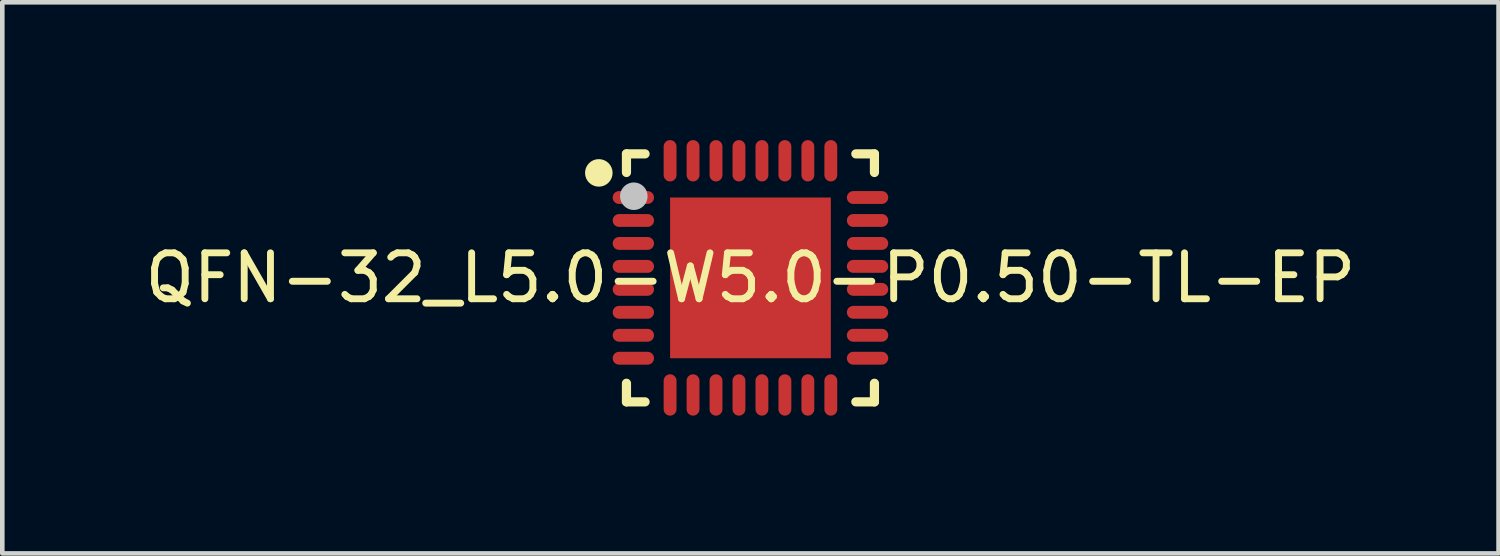
<source format=kicad_pcb>
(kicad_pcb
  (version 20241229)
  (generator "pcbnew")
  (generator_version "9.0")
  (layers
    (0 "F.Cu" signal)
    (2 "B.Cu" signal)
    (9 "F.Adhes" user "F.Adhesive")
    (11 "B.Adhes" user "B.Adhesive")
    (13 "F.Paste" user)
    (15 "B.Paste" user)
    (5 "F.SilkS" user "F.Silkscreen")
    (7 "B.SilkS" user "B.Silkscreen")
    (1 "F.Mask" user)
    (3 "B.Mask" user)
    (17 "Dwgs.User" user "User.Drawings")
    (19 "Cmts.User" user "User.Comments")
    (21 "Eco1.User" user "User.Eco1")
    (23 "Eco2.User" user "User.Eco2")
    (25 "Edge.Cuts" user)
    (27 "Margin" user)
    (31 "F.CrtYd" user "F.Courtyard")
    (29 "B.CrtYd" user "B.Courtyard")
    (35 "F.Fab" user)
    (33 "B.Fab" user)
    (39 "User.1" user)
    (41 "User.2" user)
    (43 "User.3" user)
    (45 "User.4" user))
  (footprint "QFN-32_L5.0-W5.0-P0.50-TL-EP"
    (layer "F.Cu")
    (at 13.292 3.001)
    (property "Reference" "QFN-32_L5.0-W5.0-P0.50-TL-EP" (at 0 0 0) (layer "F.SilkS") (effects (font (size 1 1) (thickness 0.15))))
    (fp_line (start -2.7 -2.7) (end -2.295 -2.7) (stroke (width 0.2) (type default)) (layer "F.SilkS"))
    (fp_line (start -2.7 -2.295) (end -2.7 -2.7) (stroke (width 0.2) (type default)) (layer "F.SilkS"))
    (fp_line (start -2.7 2.295) (end -2.7 2.7) (stroke (width 0.2) (type default)) (layer "F.SilkS"))
    (fp_line (start -2.7 2.7) (end -2.295 2.7) (stroke (width 0.2) (type default)) (layer "F.SilkS"))
    (fp_line (start 2.295 -2.7) (end 2.7 -2.7) (stroke (width 0.2) (type default)) (layer "F.SilkS"))
    (fp_line (start 2.295 2.7) (end 2.7 2.7) (stroke (width 0.2) (type default)) (layer "F.SilkS"))
    (fp_line (start 2.7 -2.7) (end 2.7 -2.295) (stroke (width 0.2) (type default)) (layer "F.SilkS"))
    (fp_line (start 2.7 2.7) (end 2.7 2.295) (stroke (width 0.2) (type default)) (layer "F.SilkS"))
    (fp_circle (center -3.302 -2.286) (end -3.152 -2.286) (stroke (width 0.3) (type default)) (fill no) (layer "F.SilkS"))
    (fp_poly (pts (xy -1.4 -1.4) (xy 1.4 -1.4) (xy 1.4 1.4) (xy -1.4 1.4)) (stroke (width 0) (type default)) (fill yes) (layer "F.Paste"))
    (fp_poly (pts (arc (start -2.86 -1.61) (mid -3 -1.75) (end -2.86 -1.89)) (arc (start -2.24 -1.89) (mid -2.1 -1.75) (end -2.24 -1.61))) (stroke (width 0) (type default)) (fill yes) (layer "F.Paste"))
    (fp_poly (pts (arc (start -2.86 -1.11) (mid -3 -1.25) (end -2.86 -1.39)) (arc (start -2.24 -1.39) (mid -2.1 -1.25) (end -2.24 -1.11))) (stroke (width 0) (type default)) (fill yes) (layer "F.Paste"))
    (fp_poly (pts (arc (start -2.86 -0.61) (mid -3 -0.75) (end -2.86 -0.89)) (arc (start -2.24 -0.89) (mid -2.1 -0.75) (end -2.24 -0.61))) (stroke (width 0) (type default)) (fill yes) (layer "F.Paste"))
    (fp_poly (pts (arc (start -2.86 -0.11) (mid -3 -0.25) (end -2.86 -0.39)) (arc (start -2.24 -0.39) (mid -2.1 -0.25) (end -2.24 -0.11))) (stroke (width 0) (type default)) (fill yes) (layer "F.Paste"))
    (fp_poly (pts (arc (start -2.86 0.39) (mid -3 0.25) (end -2.86 0.11)) (arc (start -2.24 0.11) (mid -2.1 0.25) (end -2.24 0.39))) (stroke (width 0) (type default)) (fill yes) (layer "F.Paste"))
    (fp_poly (pts (arc (start -2.86 0.89) (mid -3 0.75) (end -2.86 0.61)) (arc (start -2.24 0.61) (mid -2.1 0.75) (end -2.24 0.89))) (stroke (width 0) (type default)) (fill yes) (layer "F.Paste"))
    (fp_poly (pts (arc (start -2.86 1.39) (mid -3 1.25) (end -2.86 1.11)) (arc (start -2.24 1.11) (mid -2.1 1.25) (end -2.24 1.39))) (stroke (width 0) (type default)) (fill yes) (layer "F.Paste"))
    (fp_poly (pts (arc (start -2.86 1.89) (mid -3 1.75) (end -2.86 1.61)) (arc (start -2.24 1.61) (mid -2.1 1.75) (end -2.24 1.89))) (stroke (width 0) (type default)) (fill yes) (layer "F.Paste"))
    (fp_poly (pts (arc (start -1.89 -2.86) (mid -1.75 -3) (end -1.61 -2.86)) (arc (start -1.61 -2.24) (mid -1.75 -2.1) (end -1.89 -2.24))) (stroke (width 0) (type default)) (fill yes) (layer "F.Paste"))
    (fp_poly (pts (arc (start -1.89 2.24) (mid -1.75 2.1) (end -1.61 2.24)) (arc (start -1.61 2.86) (mid -1.75 3) (end -1.89 2.86))) (stroke (width 0) (type default)) (fill yes) (layer "F.Paste"))
    (fp_poly (pts (arc (start -1.39 -2.86) (mid -1.25 -3) (end -1.11 -2.86)) (arc (start -1.11 -2.24) (mid -1.25 -2.1) (end -1.39 -2.24))) (stroke (width 0) (type default)) (fill yes) (layer "F.Paste"))
    (fp_poly (pts (arc (start -1.39 2.24) (mid -1.25 2.1) (end -1.11 2.24)) (arc (start -1.11 2.86) (mid -1.25 3) (end -1.39 2.86))) (stroke (width 0) (type default)) (fill yes) (layer "F.Paste"))
    (fp_poly (pts (arc (start -0.89 -2.86) (mid -0.75 -3) (end -0.61 -2.86)) (arc (start -0.61 -2.24) (mid -0.75 -2.1) (end -0.89 -2.24))) (stroke (width 0) (type default)) (fill yes) (layer "F.Paste"))
    (fp_poly (pts (arc (start -0.89 2.24) (mid -0.75 2.1) (end -0.61 2.24)) (arc (start -0.61 2.86) (mid -0.75 3) (end -0.89 2.86))) (stroke (width 0) (type default)) (fill yes) (layer "F.Paste"))
    (fp_poly (pts (arc (start -0.39 -2.86) (mid -0.25 -3) (end -0.11 -2.86)) (arc (start -0.11 -2.24) (mid -0.25 -2.1) (end -0.39 -2.24))) (stroke (width 0) (type default)) (fill yes) (layer "F.Paste"))
    (fp_poly (pts (arc (start -0.39 2.24) (mid -0.25 2.1) (end -0.11 2.24)) (arc (start -0.11 2.86) (mid -0.25 3) (end -0.39 2.86))) (stroke (width 0) (type default)) (fill yes) (layer "F.Paste"))
    (fp_poly (pts (arc (start 0.11 -2.86) (mid 0.25 -3) (end 0.39 -2.86)) (arc (start 0.39 -2.24) (mid 0.25 -2.1) (end 0.11 -2.24))) (stroke (width 0) (type default)) (fill yes) (layer "F.Paste"))
    (fp_poly (pts (arc (start 0.11 2.24) (mid 0.25 2.1) (end 0.39 2.24)) (arc (start 0.39 2.86) (mid 0.25 3) (end 0.11 2.86))) (stroke (width 0) (type default)) (fill yes) (layer "F.Paste"))
    (fp_poly (pts (arc (start 0.61 -2.86) (mid 0.75 -3) (end 0.89 -2.86)) (arc (start 0.89 -2.24) (mid 0.75 -2.1) (end 0.61 -2.24))) (stroke (width 0) (type default)) (fill yes) (layer "F.Paste"))
    (fp_poly (pts (arc (start 0.61 2.24) (mid 0.75 2.1) (end 0.89 2.24)) (arc (start 0.89 2.86) (mid 0.75 3) (end 0.61 2.86))) (stroke (width 0) (type default)) (fill yes) (layer "F.Paste"))
    (fp_poly (pts (arc (start 1.11 -2.86) (mid 1.25 -3) (end 1.39 -2.86)) (arc (start 1.39 -2.24) (mid 1.25 -2.1) (end 1.11 -2.24))) (stroke (width 0) (type default)) (fill yes) (layer "F.Paste"))
    (fp_poly (pts (arc (start 1.11 2.24) (mid 1.25 2.1) (end 1.39 2.24)) (arc (start 1.39 2.86) (mid 1.25 3) (end 1.11 2.86))) (stroke (width 0) (type default)) (fill yes) (layer "F.Paste"))
    (fp_poly (pts (arc (start 1.61 -2.86) (mid 1.75 -3) (end 1.89 -2.86)) (arc (start 1.89 -2.24) (mid 1.75 -2.1) (end 1.61 -2.24))) (stroke (width 0) (type default)) (fill yes) (layer "F.Paste"))
    (fp_poly (pts (arc (start 1.61 2.24) (mid 1.75 2.1) (end 1.89 2.24)) (arc (start 1.89 2.86) (mid 1.75 3) (end 1.61 2.86))) (stroke (width 0) (type default)) (fill yes) (layer "F.Paste"))
    (fp_poly (pts (arc (start 2.24 -1.61) (mid 2.1 -1.75) (end 2.24 -1.89)) (arc (start 2.86 -1.89) (mid 3 -1.75) (end 2.86 -1.61))) (stroke (width 0) (type default)) (fill yes) (layer "F.Paste"))
    (fp_poly (pts (arc (start 2.24 -1.11) (mid 2.1 -1.25) (end 2.24 -1.39)) (arc (start 2.86 -1.39) (mid 3 -1.25) (end 2.86 -1.11))) (stroke (width 0) (type default)) (fill yes) (layer "F.Paste"))
    (fp_poly (pts (arc (start 2.24 -0.61) (mid 2.1 -0.75) (end 2.24 -0.89)) (arc (start 2.86 -0.89) (mid 3 -0.75) (end 2.86 -0.61))) (stroke (width 0) (type default)) (fill yes) (layer "F.Paste"))
    (fp_poly (pts (arc (start 2.24 -0.11) (mid 2.1 -0.25) (end 2.24 -0.39)) (arc (start 2.86 -0.39) (mid 3 -0.25) (end 2.86 -0.11))) (stroke (width 0) (type default)) (fill yes) (layer "F.Paste"))
    (fp_poly (pts (arc (start 2.24 0.39) (mid 2.1 0.25) (end 2.24 0.11)) (arc (start 2.86 0.11) (mid 3 0.25) (end 2.86 0.39))) (stroke (width 0) (type default)) (fill yes) (layer "F.Paste"))
    (fp_poly (pts (arc (start 2.24 0.89) (mid 2.1 0.75) (end 2.24 0.61)) (arc (start 2.86 0.61) (mid 3 0.75) (end 2.86 0.89))) (stroke (width 0) (type default)) (fill yes) (layer "F.Paste"))
    (fp_poly (pts (arc (start 2.24 1.39) (mid 2.1 1.25) (end 2.24 1.11)) (arc (start 2.86 1.11) (mid 3 1.25) (end 2.86 1.39))) (stroke (width 0) (type default)) (fill yes) (layer "F.Paste"))
    (fp_poly (pts (arc (start 2.24 1.89) (mid 2.1 1.75) (end 2.24 1.61)) (arc (start 2.86 1.61) (mid 3 1.75) (end 2.86 1.89))) (stroke (width 0) (type default)) (fill yes) (layer "F.Paste"))
    (fp_circle (center -2.54 -1.778) (end -2.39 -1.778) (stroke (width 0.3) (type default)) (fill no) (layer "Dwgs.User"))
    (fp_poly (pts (xy -2.1 -1.865) (xy -2.1 -1.635) (xy -2.5 -1.635) (xy -2.5 -1.865)) (stroke (width 0.1) (type default)) (fill no) (layer "User.1"))
    (fp_poly (pts (xy -2.1 -1.365) (xy -2.1 -1.135) (xy -2.5 -1.135) (xy -2.5 -1.365)) (stroke (width 0.1) (type default)) (fill no) (layer "User.1"))
    (fp_poly (pts (xy -2.1 -0.865) (xy -2.1 -0.635) (xy -2.5 -0.635) (xy -2.5 -0.865)) (stroke (width 0.1) (type default)) (fill no) (layer "User.1"))
    (fp_poly (pts (xy -2.1 -0.365) (xy -2.1 -0.135) (xy -2.5 -0.135) (xy -2.5 -0.365)) (stroke (width 0.1) (type default)) (fill no) (layer "User.1"))
    (fp_poly (pts (xy -2.1 0.135) (xy -2.1 0.365) (xy -2.5 0.365) (xy -2.5 0.135)) (stroke (width 0.1) (type default)) (fill no) (layer "User.1"))
    (fp_poly (pts (xy -2.1 0.635) (xy -2.1 0.865) (xy -2.5 0.865) (xy -2.5 0.635)) (stroke (width 0.1) (type default)) (fill no) (layer "User.1"))
    (fp_poly (pts (xy -2.1 1.135) (xy -2.1 1.365) (xy -2.5 1.365) (xy -2.5 1.135)) (stroke (width 0.1) (type default)) (fill no) (layer "User.1"))
    (fp_poly (pts (xy -2.1 1.635) (xy -2.1 1.865) (xy -2.5 1.865) (xy -2.5 1.635)) (stroke (width 0.1) (type default)) (fill no) (layer "User.1"))
    (fp_poly (pts (xy -1.865 -2.5) (xy -1.635 -2.5) (xy -1.635 -2.1) (xy -1.865 -2.1)) (stroke (width 0.1) (type default)) (fill no) (layer "User.1"))
    (fp_poly (pts (xy -1.865 2.1) (xy -1.635 2.1) (xy -1.635 2.5) (xy -1.865 2.5)) (stroke (width 0.1) (type default)) (fill no) (layer "User.1"))
    (fp_poly (pts (xy -1.75 -1.75) (xy 1.75 -1.75) (xy 1.75 1.75) (xy -1.75 1.75)) (stroke (width 0.1) (type default)) (fill no) (layer "User.1"))
    (fp_poly (pts (xy -1.365 -2.5) (xy -1.135 -2.5) (xy -1.135 -2.1) (xy -1.365 -2.1)) (stroke (width 0.1) (type default)) (fill no) (layer "User.1"))
    (fp_poly (pts (xy -1.365 2.1) (xy -1.135 2.1) (xy -1.135 2.5) (xy -1.365 2.5)) (stroke (width 0.1) (type default)) (fill no) (layer "User.1"))
    (fp_poly (pts (xy -0.865 -2.5) (xy -0.635 -2.5) (xy -0.635 -2.1) (xy -0.865 -2.1)) (stroke (width 0.1) (type default)) (fill no) (layer "User.1"))
    (fp_poly (pts (xy -0.865 2.1) (xy -0.635 2.1) (xy -0.635 2.5) (xy -0.865 2.5)) (stroke (width 0.1) (type default)) (fill no) (layer "User.1"))
    (fp_poly (pts (xy -0.365 -2.5) (xy -0.135 -2.5) (xy -0.135 -2.1) (xy -0.365 -2.1)) (stroke (width 0.1) (type default)) (fill no) (layer "User.1"))
    (fp_poly (pts (xy -0.365 2.1) (xy -0.135 2.1) (xy -0.135 2.5) (xy -0.365 2.5)) (stroke (width 0.1) (type default)) (fill no) (layer "User.1"))
    (fp_poly (pts (xy 0.135 -2.5) (xy 0.365 -2.5) (xy 0.365 -2.1) (xy 0.135 -2.1)) (stroke (width 0.1) (type default)) (fill no) (layer "User.1"))
    (fp_poly (pts (xy 0.135 2.1) (xy 0.365 2.1) (xy 0.365 2.5) (xy 0.135 2.5)) (stroke (width 0.1) (type default)) (fill no) (layer "User.1"))
    (fp_poly (pts (xy 0.635 -2.5) (xy 0.865 -2.5) (xy 0.865 -2.1) (xy 0.635 -2.1)) (stroke (width 0.1) (type default)) (fill no) (layer "User.1"))
    (fp_poly (pts (xy 0.635 2.1) (xy 0.865 2.1) (xy 0.865 2.5) (xy 0.635 2.5)) (stroke (width 0.1) (type default)) (fill no) (layer "User.1"))
    (fp_poly (pts (xy 1.135 -2.5) (xy 1.365 -2.5) (xy 1.365 -2.1) (xy 1.135 -2.1)) (stroke (width 0.1) (type default)) (fill no) (layer "User.1"))
    (fp_poly (pts (xy 1.135 2.1) (xy 1.365 2.1) (xy 1.365 2.5) (xy 1.135 2.5)) (stroke (width 0.1) (type default)) (fill no) (layer "User.1"))
    (fp_poly (pts (xy 1.635 -2.5) (xy 1.865 -2.5) (xy 1.865 -2.1) (xy 1.635 -2.1)) (stroke (width 0.1) (type default)) (fill no) (layer "User.1"))
    (fp_poly (pts (xy 1.635 2.1) (xy 1.865 2.1) (xy 1.865 2.5) (xy 1.635 2.5)) (stroke (width 0.1) (type default)) (fill no) (layer "User.1"))
    (fp_poly (pts (xy 2.5 -1.865) (xy 2.5 -1.635) (xy 2.1 -1.635) (xy 2.1 -1.865)) (stroke (width 0.1) (type default)) (fill no) (layer "User.1"))
    (fp_poly (pts (xy 2.5 -1.365) (xy 2.5 -1.135) (xy 2.1 -1.135) (xy 2.1 -1.365)) (stroke (width 0.1) (type default)) (fill no) (layer "User.1"))
    (fp_poly (pts (xy 2.5 -0.865) (xy 2.5 -0.635) (xy 2.1 -0.635) (xy 2.1 -0.865)) (stroke (width 0.1) (type default)) (fill no) (layer "User.1"))
    (fp_poly (pts (xy 2.5 -0.365) (xy 2.5 -0.135) (xy 2.1 -0.135) (xy 2.1 -0.365)) (stroke (width 0.1) (type default)) (fill no) (layer "User.1"))
    (fp_poly (pts (xy 2.5 0.135) (xy 2.5 0.365) (xy 2.1 0.365) (xy 2.1 0.135)) (stroke (width 0.1) (type default)) (fill no) (layer "User.1"))
    (fp_poly (pts (xy 2.5 0.635) (xy 2.5 0.865) (xy 2.1 0.865) (xy 2.1 0.635)) (stroke (width 0.1) (type default)) (fill no) (layer "User.1"))
    (fp_poly (pts (xy 2.5 1.135) (xy 2.5 1.365) (xy 2.1 1.365) (xy 2.1 1.135)) (stroke (width 0.1) (type default)) (fill no) (layer "User.1"))
    (fp_poly (pts (xy 2.5 1.635) (xy 2.5 1.865) (xy 2.1 1.865) (xy 2.1 1.635)) (stroke (width 0.1) (type default)) (fill no) (layer "User.1"))
    (fp_line (start -2.5 -2.5) (end 2.5 -2.5) (stroke (width 0.051) (type default)) (layer "User.2"))
    (fp_line (start -2.5 2.5) (end -2.5 -2.5) (stroke (width 0.051) (type default)) (layer "User.2"))
    (fp_line (start 2.5 -2.5) (end 2.5 2.5) (stroke (width 0.051) (type default)) (layer "User.2"))
    (fp_line (start 2.5 2.5) (end -2.5 2.5) (stroke (width 0.051) (type default)) (layer "User.2"))
    (fp_poly (pts (xy -2.439 -2.5) (xy -2.457 -2.542) (xy -2.499 -2.56) (xy -2.542 -2.542) (xy -2.559 -2.5) (xy -2.542 -2.458) (xy -2.499 -2.44) (xy -2.457 -2.458)) (stroke (width 0.1) (type default)) (fill no) (layer "User.3"))
    (pad "1" smd oval (at -2.55 -1.75 90) (size 0.28 0.9) (layers "F.Cu" "F.Mask" "F.Paste"))
    (pad "2" smd oval (at -2.55 -1.25 90) (size 0.28 0.9) (layers "F.Cu" "F.Mask" "F.Paste"))
    (pad "3" smd oval (at -2.55 -0.75 90) (size 0.28 0.9) (layers "F.Cu" "F.Mask" "F.Paste"))
    (pad "4" smd oval (at -2.55 -0.25 90) (size 0.28 0.9) (layers "F.Cu" "F.Mask" "F.Paste"))
    (pad "5" smd oval (at -2.55 0.25 90) (size 0.28 0.9) (layers "F.Cu" "F.Mask" "F.Paste"))
    (pad "6" smd oval (at -2.55 0.75 90) (size 0.28 0.9) (layers "F.Cu" "F.Mask" "F.Paste"))
    (pad "7" smd oval (at -2.55 1.25 90) (size 0.28 0.9) (layers "F.Cu" "F.Mask" "F.Paste"))
    (pad "8" smd oval (at -2.55 1.75 90) (size 0.28 0.9) (layers "F.Cu" "F.Mask" "F.Paste"))
    (pad "9" smd oval (at -1.75 2.55) (size 0.28 0.9) (layers "F.Cu" "F.Mask" "F.Paste"))
    (pad "10" smd oval (at -1.25 2.55) (size 0.28 0.9) (layers "F.Cu" "F.Mask" "F.Paste"))
    (pad "11" smd oval (at -0.75 2.55) (size 0.28 0.9) (layers "F.Cu" "F.Mask" "F.Paste"))
    (pad "12" smd oval (at -0.25 2.55) (size 0.28 0.9) (layers "F.Cu" "F.Mask" "F.Paste"))
    (pad "13" smd oval (at 0.25 2.55) (size 0.28 0.9) (layers "F.Cu" "F.Mask" "F.Paste"))
    (pad "14" smd oval (at 0.75 2.55) (size 0.28 0.9) (layers "F.Cu" "F.Mask" "F.Paste"))
    (pad "15" smd oval (at 1.25 2.55) (size 0.28 0.9) (layers "F.Cu" "F.Mask" "F.Paste"))
    (pad "16" smd oval (at 1.75 2.55) (size 0.28 0.9) (layers "F.Cu" "F.Mask" "F.Paste"))
    (pad "17" smd oval (at 2.55 1.75 90) (size 0.28 0.9) (layers "F.Cu" "F.Mask" "F.Paste"))
    (pad "18" smd oval (at 2.55 1.25 90) (size 0.28 0.9) (layers "F.Cu" "F.Mask" "F.Paste"))
    (pad "19" smd oval (at 2.55 0.75 90) (size 0.28 0.9) (layers "F.Cu" "F.Mask" "F.Paste"))
    (pad "20" smd oval (at 2.55 0.25 90) (size 0.28 0.9) (layers "F.Cu" "F.Mask" "F.Paste"))
    (pad "21" smd oval (at 2.55 -0.25 90) (size 0.28 0.9) (layers "F.Cu" "F.Mask" "F.Paste"))
    (pad "22" smd oval (at 2.55 -0.75 90) (size 0.28 0.9) (layers "F.Cu" "F.Mask" "F.Paste"))
    (pad "23" smd oval (at 2.55 -1.25 90) (size 0.28 0.9) (layers "F.Cu" "F.Mask" "F.Paste"))
    (pad "24" smd oval (at 2.55 -1.75 90) (size 0.28 0.9) (layers "F.Cu" "F.Mask" "F.Paste"))
    (pad "25" smd oval (at 1.75 -2.55) (size 0.28 0.9) (layers "F.Cu" "F.Mask" "F.Paste"))
    (pad "26" smd oval (at 1.25 -2.55) (size 0.28 0.9) (layers "F.Cu" "F.Mask" "F.Paste"))
    (pad "27" smd oval (at 0.75 -2.55) (size 0.28 0.9) (layers "F.Cu" "F.Mask" "F.Paste"))
    (pad "28" smd oval (at 0.25 -2.55) (size 0.28 0.9) (layers "F.Cu" "F.Mask" "F.Paste"))
    (pad "29" smd oval (at -0.25 -2.55) (size 0.28 0.9) (layers "F.Cu" "F.Mask" "F.Paste"))
    (pad "30" smd oval (at -0.75 -2.55) (size 0.28 0.9) (layers "F.Cu" "F.Mask" "F.Paste"))
    (pad "31" smd oval (at -1.25 -2.55) (size 0.28 0.9) (layers "F.Cu" "F.Mask" "F.Paste"))
    (pad "32" smd oval (at -1.75 -2.55) (size 0.28 0.9) (layers "F.Cu" "F.Mask" "F.Paste"))
    (pad "33" smd rect (at 0 0) (size 3.5 3.5) (layers "F.Cu" "F.Mask" "F.Paste")))
  (gr_rect
    (start -3 -3)
    (end 29.583 9.001)
    (stroke (width 0.1) (type default))
    (fill no)
    (layer "Edge.Cuts")))
</source>
